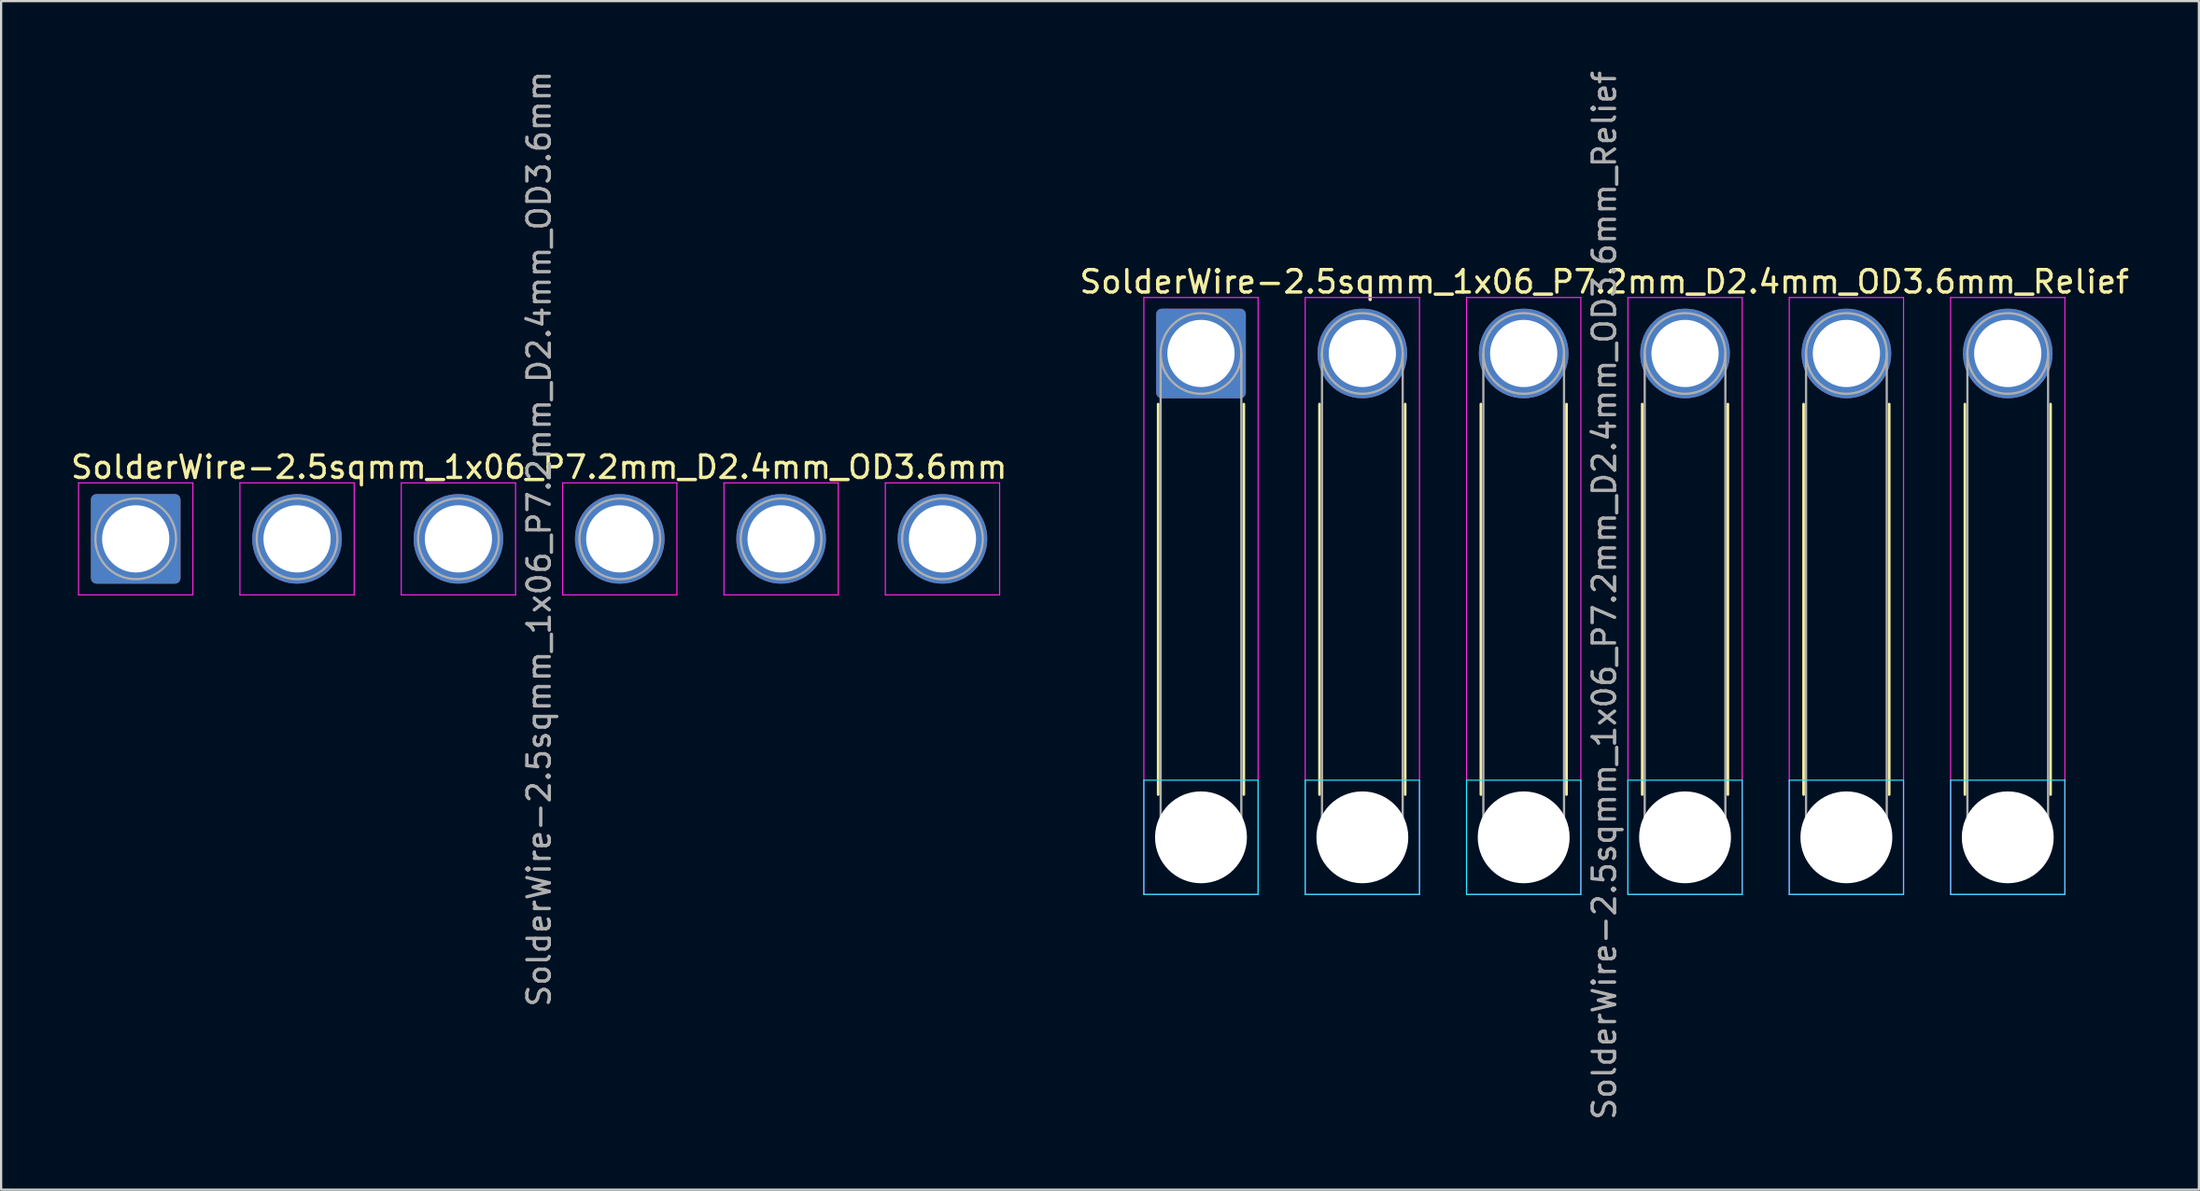
<source format=kicad_pcb>
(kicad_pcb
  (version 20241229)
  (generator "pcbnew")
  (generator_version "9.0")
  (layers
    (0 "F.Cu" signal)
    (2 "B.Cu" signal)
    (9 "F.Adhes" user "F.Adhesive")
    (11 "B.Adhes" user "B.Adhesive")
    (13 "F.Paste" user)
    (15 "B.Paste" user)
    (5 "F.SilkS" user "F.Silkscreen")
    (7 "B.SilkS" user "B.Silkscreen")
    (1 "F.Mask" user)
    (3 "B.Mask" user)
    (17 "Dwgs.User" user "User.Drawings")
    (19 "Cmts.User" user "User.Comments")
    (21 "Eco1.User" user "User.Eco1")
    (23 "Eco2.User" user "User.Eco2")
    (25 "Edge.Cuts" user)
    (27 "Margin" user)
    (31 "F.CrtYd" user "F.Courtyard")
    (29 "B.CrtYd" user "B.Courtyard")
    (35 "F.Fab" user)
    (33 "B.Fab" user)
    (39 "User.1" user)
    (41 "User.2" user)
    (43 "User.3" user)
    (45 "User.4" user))
  (footprint "SolderWire-2.5sqmm_1x06_P7.2mm_D2.4mm_OD3.6mm"
    (layer "F.Cu")
    (at 3.006 21.006)
    (property "Reference" "SolderWire-2.5sqmm_1x06_P7.2mm_D2.4mm_OD3.6mm" (at 18 -3.2 0) (layer "F.SilkS") (effects (font (size 1 1) (thickness 0.15))))
    (attr exclude_from_pos_files exclude_from_bom)
    (fp_line (start -2.55 -2.5) (end -2.55 2.5) (stroke (width 0.05) (type solid)) (layer "F.CrtYd"))
    (fp_line (start -2.55 2.5) (end 2.55 2.5) (stroke (width 0.05) (type solid)) (layer "F.CrtYd"))
    (fp_line (start 2.55 -2.5) (end -2.55 -2.5) (stroke (width 0.05) (type solid)) (layer "F.CrtYd"))
    (fp_line (start 2.55 2.5) (end 2.55 -2.5) (stroke (width 0.05) (type solid)) (layer "F.CrtYd"))
    (fp_line (start 4.65 -2.5) (end 4.65 2.5) (stroke (width 0.05) (type solid)) (layer "F.CrtYd"))
    (fp_line (start 4.65 2.5) (end 9.75 2.5) (stroke (width 0.05) (type solid)) (layer "F.CrtYd"))
    (fp_line (start 9.75 -2.5) (end 4.65 -2.5) (stroke (width 0.05) (type solid)) (layer "F.CrtYd"))
    (fp_line (start 9.75 2.5) (end 9.75 -2.5) (stroke (width 0.05) (type solid)) (layer "F.CrtYd"))
    (fp_line (start 11.85 -2.5) (end 11.85 2.5) (stroke (width 0.05) (type solid)) (layer "F.CrtYd"))
    (fp_line (start 11.85 2.5) (end 16.95 2.5) (stroke (width 0.05) (type solid)) (layer "F.CrtYd"))
    (fp_line (start 16.95 -2.5) (end 11.85 -2.5) (stroke (width 0.05) (type solid)) (layer "F.CrtYd"))
    (fp_line (start 16.95 2.5) (end 16.95 -2.5) (stroke (width 0.05) (type solid)) (layer "F.CrtYd"))
    (fp_line (start 19.05 -2.5) (end 19.05 2.5) (stroke (width 0.05) (type solid)) (layer "F.CrtYd"))
    (fp_line (start 19.05 2.5) (end 24.15 2.5) (stroke (width 0.05) (type solid)) (layer "F.CrtYd"))
    (fp_line (start 24.15 -2.5) (end 19.05 -2.5) (stroke (width 0.05) (type solid)) (layer "F.CrtYd"))
    (fp_line (start 24.15 2.5) (end 24.15 -2.5) (stroke (width 0.05) (type solid)) (layer "F.CrtYd"))
    (fp_line (start 26.25 -2.5) (end 26.25 2.5) (stroke (width 0.05) (type solid)) (layer "F.CrtYd"))
    (fp_line (start 26.25 2.5) (end 31.35 2.5) (stroke (width 0.05) (type solid)) (layer "F.CrtYd"))
    (fp_line (start 31.35 -2.5) (end 26.25 -2.5) (stroke (width 0.05) (type solid)) (layer "F.CrtYd"))
    (fp_line (start 31.35 2.5) (end 31.35 -2.5) (stroke (width 0.05) (type solid)) (layer "F.CrtYd"))
    (fp_line (start 33.45 -2.5) (end 33.45 2.5) (stroke (width 0.05) (type solid)) (layer "F.CrtYd"))
    (fp_line (start 33.45 2.5) (end 38.55 2.5) (stroke (width 0.05) (type solid)) (layer "F.CrtYd"))
    (fp_line (start 38.55 -2.5) (end 33.45 -2.5) (stroke (width 0.05) (type solid)) (layer "F.CrtYd"))
    (fp_line (start 38.55 2.5) (end 38.55 -2.5) (stroke (width 0.05) (type solid)) (layer "F.CrtYd"))
    (fp_circle (center 0 0) (end 1.8 0) (stroke (width 0.1) (type solid)) (fill no) (layer "F.Fab"))
    (fp_circle (center 7.2 0) (end 9 0) (stroke (width 0.1) (type solid)) (fill no) (layer "F.Fab"))
    (fp_circle (center 14.4 0) (end 16.2 0) (stroke (width 0.1) (type solid)) (fill no) (layer "F.Fab"))
    (fp_circle (center 21.6 0) (end 23.4 0) (stroke (width 0.1) (type solid)) (fill no) (layer "F.Fab"))
    (fp_circle (center 28.8 0) (end 30.6 0) (stroke (width 0.1) (type solid)) (fill no) (layer "F.Fab"))
    (fp_circle (center 36 0) (end 37.8 0) (stroke (width 0.1) (type solid)) (fill no) (layer "F.Fab"))
    (fp_text user "${REFERENCE}" (at 18 0 90) (layer "F.Fab") (effects (font (size 1 1) (thickness 0.15))))
    (pad "1" thru_hole roundrect (at 0 0) (size 4 4) (drill 3) (layers "*.Cu" "*.Mask") (roundrect_rratio 0.062))
    (pad "2" thru_hole circle (at 7.2 0) (size 4 4) (drill 3) (layers "*.Cu" "*.Mask"))
    (pad "3" thru_hole circle (at 14.4 0) (size 4 4) (drill 3) (layers "*.Cu" "*.Mask"))
    (pad "4" thru_hole circle (at 21.6 0) (size 4 4) (drill 3) (layers "*.Cu" "*.Mask"))
    (pad "5" thru_hole circle (at 28.8 0) (size 4 4) (drill 3) (layers "*.Cu" "*.Mask"))
    (pad "6" thru_hole circle (at 36 0) (size 4 4) (drill 3) (layers "*.Cu" "*.Mask")))
  (footprint "SolderWire-2.5sqmm_1x06_P7.2mm_D2.4mm_OD3.6mm_Relief"
    (layer "F.Cu")
    (at 50.542 12.73)
    (property "Reference" "SolderWire-2.5sqmm_1x06_P7.2mm_D2.4mm_OD3.6mm_Relief" (at 18 -3.2 0) (layer "F.SilkS") (effects (font (size 1 1) (thickness 0.15))))
    (attr exclude_from_pos_files exclude_from_bom)
    (fp_line (start -1.91 2.26) (end -1.91 19.69) (stroke (width 0.12) (type solid)) (layer "F.SilkS"))
    (fp_line (start 1.91 2.26) (end 1.91 19.69) (stroke (width 0.12) (type solid)) (layer "F.SilkS"))
    (fp_line (start 5.29 2.26) (end 5.29 19.69) (stroke (width 0.12) (type solid)) (layer "F.SilkS"))
    (fp_line (start 9.11 2.26) (end 9.11 19.69) (stroke (width 0.12) (type solid)) (layer "F.SilkS"))
    (fp_line (start 12.49 2.26) (end 12.49 19.69) (stroke (width 0.12) (type solid)) (layer "F.SilkS"))
    (fp_line (start 16.31 2.26) (end 16.31 19.69) (stroke (width 0.12) (type solid)) (layer "F.SilkS"))
    (fp_line (start 19.69 2.26) (end 19.69 19.69) (stroke (width 0.12) (type solid)) (layer "F.SilkS"))
    (fp_line (start 23.51 2.26) (end 23.51 19.69) (stroke (width 0.12) (type solid)) (layer "F.SilkS"))
    (fp_line (start 26.89 2.26) (end 26.89 19.69) (stroke (width 0.12) (type solid)) (layer "F.SilkS"))
    (fp_line (start 30.71 2.26) (end 30.71 19.69) (stroke (width 0.12) (type solid)) (layer "F.SilkS"))
    (fp_line (start 34.09 2.26) (end 34.09 19.69) (stroke (width 0.12) (type solid)) (layer "F.SilkS"))
    (fp_line (start 37.91 2.26) (end 37.91 19.69) (stroke (width 0.12) (type solid)) (layer "F.SilkS"))
    (fp_line (start -2.55 19.05) (end -2.55 24.15) (stroke (width 0.05) (type solid)) (layer "B.CrtYd"))
    (fp_line (start -2.55 24.15) (end 2.55 24.15) (stroke (width 0.05) (type solid)) (layer "B.CrtYd"))
    (fp_line (start 2.55 19.05) (end -2.55 19.05) (stroke (width 0.05) (type solid)) (layer "B.CrtYd"))
    (fp_line (start 2.55 24.15) (end 2.55 19.05) (stroke (width 0.05) (type solid)) (layer "B.CrtYd"))
    (fp_line (start 4.65 19.05) (end 4.65 24.15) (stroke (width 0.05) (type solid)) (layer "B.CrtYd"))
    (fp_line (start 4.65 24.15) (end 9.75 24.15) (stroke (width 0.05) (type solid)) (layer "B.CrtYd"))
    (fp_line (start 9.75 19.05) (end 4.65 19.05) (stroke (width 0.05) (type solid)) (layer "B.CrtYd"))
    (fp_line (start 9.75 24.15) (end 9.75 19.05) (stroke (width 0.05) (type solid)) (layer "B.CrtYd"))
    (fp_line (start 11.85 19.05) (end 11.85 24.15) (stroke (width 0.05) (type solid)) (layer "B.CrtYd"))
    (fp_line (start 11.85 24.15) (end 16.95 24.15) (stroke (width 0.05) (type solid)) (layer "B.CrtYd"))
    (fp_line (start 16.95 19.05) (end 11.85 19.05) (stroke (width 0.05) (type solid)) (layer "B.CrtYd"))
    (fp_line (start 16.95 24.15) (end 16.95 19.05) (stroke (width 0.05) (type solid)) (layer "B.CrtYd"))
    (fp_line (start 19.05 19.05) (end 19.05 24.15) (stroke (width 0.05) (type solid)) (layer "B.CrtYd"))
    (fp_line (start 19.05 24.15) (end 24.15 24.15) (stroke (width 0.05) (type solid)) (layer "B.CrtYd"))
    (fp_line (start 24.15 19.05) (end 19.05 19.05) (stroke (width 0.05) (type solid)) (layer "B.CrtYd"))
    (fp_line (start 24.15 24.15) (end 24.15 19.05) (stroke (width 0.05) (type solid)) (layer "B.CrtYd"))
    (fp_line (start 26.25 19.05) (end 26.25 24.15) (stroke (width 0.05) (type solid)) (layer "B.CrtYd"))
    (fp_line (start 26.25 24.15) (end 31.35 24.15) (stroke (width 0.05) (type solid)) (layer "B.CrtYd"))
    (fp_line (start 31.35 19.05) (end 26.25 19.05) (stroke (width 0.05) (type solid)) (layer "B.CrtYd"))
    (fp_line (start 31.35 24.15) (end 31.35 19.05) (stroke (width 0.05) (type solid)) (layer "B.CrtYd"))
    (fp_line (start 33.45 19.05) (end 33.45 24.15) (stroke (width 0.05) (type solid)) (layer "B.CrtYd"))
    (fp_line (start 33.45 24.15) (end 38.55 24.15) (stroke (width 0.05) (type solid)) (layer "B.CrtYd"))
    (fp_line (start 38.55 19.05) (end 33.45 19.05) (stroke (width 0.05) (type solid)) (layer "B.CrtYd"))
    (fp_line (start 38.55 24.15) (end 38.55 19.05) (stroke (width 0.05) (type solid)) (layer "B.CrtYd"))
    (fp_line (start -2.55 -2.5) (end -2.55 24.15) (stroke (width 0.05) (type solid)) (layer "F.CrtYd"))
    (fp_line (start -2.55 24.15) (end 2.55 24.15) (stroke (width 0.05) (type solid)) (layer "F.CrtYd"))
    (fp_line (start 2.55 -2.5) (end -2.55 -2.5) (stroke (width 0.05) (type solid)) (layer "F.CrtYd"))
    (fp_line (start 2.55 24.15) (end 2.55 -2.5) (stroke (width 0.05) (type solid)) (layer "F.CrtYd"))
    (fp_line (start 4.65 -2.5) (end 4.65 24.15) (stroke (width 0.05) (type solid)) (layer "F.CrtYd"))
    (fp_line (start 4.65 24.15) (end 9.75 24.15) (stroke (width 0.05) (type solid)) (layer "F.CrtYd"))
    (fp_line (start 9.75 -2.5) (end 4.65 -2.5) (stroke (width 0.05) (type solid)) (layer "F.CrtYd"))
    (fp_line (start 9.75 24.15) (end 9.75 -2.5) (stroke (width 0.05) (type solid)) (layer "F.CrtYd"))
    (fp_line (start 11.85 -2.5) (end 11.85 24.15) (stroke (width 0.05) (type solid)) (layer "F.CrtYd"))
    (fp_line (start 11.85 24.15) (end 16.95 24.15) (stroke (width 0.05) (type solid)) (layer "F.CrtYd"))
    (fp_line (start 16.95 -2.5) (end 11.85 -2.5) (stroke (width 0.05) (type solid)) (layer "F.CrtYd"))
    (fp_line (start 16.95 24.15) (end 16.95 -2.5) (stroke (width 0.05) (type solid)) (layer "F.CrtYd"))
    (fp_line (start 19.05 -2.5) (end 19.05 24.15) (stroke (width 0.05) (type solid)) (layer "F.CrtYd"))
    (fp_line (start 19.05 24.15) (end 24.15 24.15) (stroke (width 0.05) (type solid)) (layer "F.CrtYd"))
    (fp_line (start 24.15 -2.5) (end 19.05 -2.5) (stroke (width 0.05) (type solid)) (layer "F.CrtYd"))
    (fp_line (start 24.15 24.15) (end 24.15 -2.5) (stroke (width 0.05) (type solid)) (layer "F.CrtYd"))
    (fp_line (start 26.25 -2.5) (end 26.25 24.15) (stroke (width 0.05) (type solid)) (layer "F.CrtYd"))
    (fp_line (start 26.25 24.15) (end 31.35 24.15) (stroke (width 0.05) (type solid)) (layer "F.CrtYd"))
    (fp_line (start 31.35 -2.5) (end 26.25 -2.5) (stroke (width 0.05) (type solid)) (layer "F.CrtYd"))
    (fp_line (start 31.35 24.15) (end 31.35 -2.5) (stroke (width 0.05) (type solid)) (layer "F.CrtYd"))
    (fp_line (start 33.45 -2.5) (end 33.45 24.15) (stroke (width 0.05) (type solid)) (layer "F.CrtYd"))
    (fp_line (start 33.45 24.15) (end 38.55 24.15) (stroke (width 0.05) (type solid)) (layer "F.CrtYd"))
    (fp_line (start 38.55 -2.5) (end 33.45 -2.5) (stroke (width 0.05) (type solid)) (layer "F.CrtYd"))
    (fp_line (start 38.55 24.15) (end 38.55 -2.5) (stroke (width 0.05) (type solid)) (layer "F.CrtYd"))
    (fp_line (start -1.8 0) (end -1.8 21.6) (stroke (width 0.1) (type solid)) (layer "F.Fab"))
    (fp_line (start 1.8 0) (end 1.8 21.6) (stroke (width 0.1) (type solid)) (layer "F.Fab"))
    (fp_line (start 5.4 0) (end 5.4 21.6) (stroke (width 0.1) (type solid)) (layer "F.Fab"))
    (fp_line (start 9 0) (end 9 21.6) (stroke (width 0.1) (type solid)) (layer "F.Fab"))
    (fp_line (start 12.6 0) (end 12.6 21.6) (stroke (width 0.1) (type solid)) (layer "F.Fab"))
    (fp_line (start 16.2 0) (end 16.2 21.6) (stroke (width 0.1) (type solid)) (layer "F.Fab"))
    (fp_line (start 19.8 0) (end 19.8 21.6) (stroke (width 0.1) (type solid)) (layer "F.Fab"))
    (fp_line (start 23.4 0) (end 23.4 21.6) (stroke (width 0.1) (type solid)) (layer "F.Fab"))
    (fp_line (start 27 0) (end 27 21.6) (stroke (width 0.1) (type solid)) (layer "F.Fab"))
    (fp_line (start 30.6 0) (end 30.6 21.6) (stroke (width 0.1) (type solid)) (layer "F.Fab"))
    (fp_line (start 34.2 0) (end 34.2 21.6) (stroke (width 0.1) (type solid)) (layer "F.Fab"))
    (fp_line (start 37.8 0) (end 37.8 21.6) (stroke (width 0.1) (type solid)) (layer "F.Fab"))
    (fp_circle (center 0 0) (end 1.8 0) (stroke (width 0.1) (type solid)) (fill no) (layer "F.Fab"))
    (fp_circle (center 0 21.6) (end 1.8 21.6) (stroke (width 0.1) (type solid)) (fill no) (layer "F.Fab"))
    (fp_circle (center 7.2 0) (end 9 0) (stroke (width 0.1) (type solid)) (fill no) (layer "F.Fab"))
    (fp_circle (center 7.2 21.6) (end 9 21.6) (stroke (width 0.1) (type solid)) (fill no) (layer "F.Fab"))
    (fp_circle (center 14.4 0) (end 16.2 0) (stroke (width 0.1) (type solid)) (fill no) (layer "F.Fab"))
    (fp_circle (center 14.4 21.6) (end 16.2 21.6) (stroke (width 0.1) (type solid)) (fill no) (layer "F.Fab"))
    (fp_circle (center 21.6 0) (end 23.4 0) (stroke (width 0.1) (type solid)) (fill no) (layer "F.Fab"))
    (fp_circle (center 21.6 21.6) (end 23.4 21.6) (stroke (width 0.1) (type solid)) (fill no) (layer "F.Fab"))
    (fp_circle (center 28.8 0) (end 30.6 0) (stroke (width 0.1) (type solid)) (fill no) (layer "F.Fab"))
    (fp_circle (center 28.8 21.6) (end 30.6 21.6) (stroke (width 0.1) (type solid)) (fill no) (layer "F.Fab"))
    (fp_circle (center 36 0) (end 37.8 0) (stroke (width 0.1) (type solid)) (fill no) (layer "F.Fab"))
    (fp_circle (center 36 21.6) (end 37.8 21.6) (stroke (width 0.1) (type solid)) (fill no) (layer "F.Fab"))
    (fp_text user "${REFERENCE}" (at 18 10.8 90) (layer "F.Fab") (effects (font (size 1 1) (thickness 0.15))))
    (pad "" np_thru_hole circle (at 0 21.6) (size 4.1 4.1) (drill 4.1) (layers "*.Cu" "*.Mask"))
    (pad "" np_thru_hole circle (at 7.2 21.6) (size 4.1 4.1) (drill 4.1) (layers "*.Cu" "*.Mask"))
    (pad "" np_thru_hole circle (at 14.4 21.6) (size 4.1 4.1) (drill 4.1) (layers "*.Cu" "*.Mask"))
    (pad "" np_thru_hole circle (at 21.6 21.6) (size 4.1 4.1) (drill 4.1) (layers "*.Cu" "*.Mask"))
    (pad "" np_thru_hole circle (at 28.8 21.6) (size 4.1 4.1) (drill 4.1) (layers "*.Cu" "*.Mask"))
    (pad "" np_thru_hole circle (at 36 21.6) (size 4.1 4.1) (drill 4.1) (layers "*.Cu" "*.Mask"))
    (pad "1" thru_hole roundrect (at 0 0) (size 4 4) (drill 3) (layers "*.Cu" "*.Mask") (roundrect_rratio 0.062))
    (pad "2" thru_hole circle (at 7.2 0) (size 4 4) (drill 3) (layers "*.Cu" "*.Mask"))
    (pad "3" thru_hole circle (at 14.4 0) (size 4 4) (drill 3) (layers "*.Cu" "*.Mask"))
    (pad "4" thru_hole circle (at 21.6 0) (size 4 4) (drill 3) (layers "*.Cu" "*.Mask"))
    (pad "5" thru_hole circle (at 28.8 0) (size 4 4) (drill 3) (layers "*.Cu" "*.Mask"))
    (pad "6" thru_hole circle (at 36 0) (size 4 4) (drill 3) (layers "*.Cu" "*.Mask")))
  (gr_rect
    (start -3 -3)
    (end 95.071 50.06)
    (stroke (width 0.1) (type default))
    (fill no)
    (layer "Edge.Cuts")))
</source>
